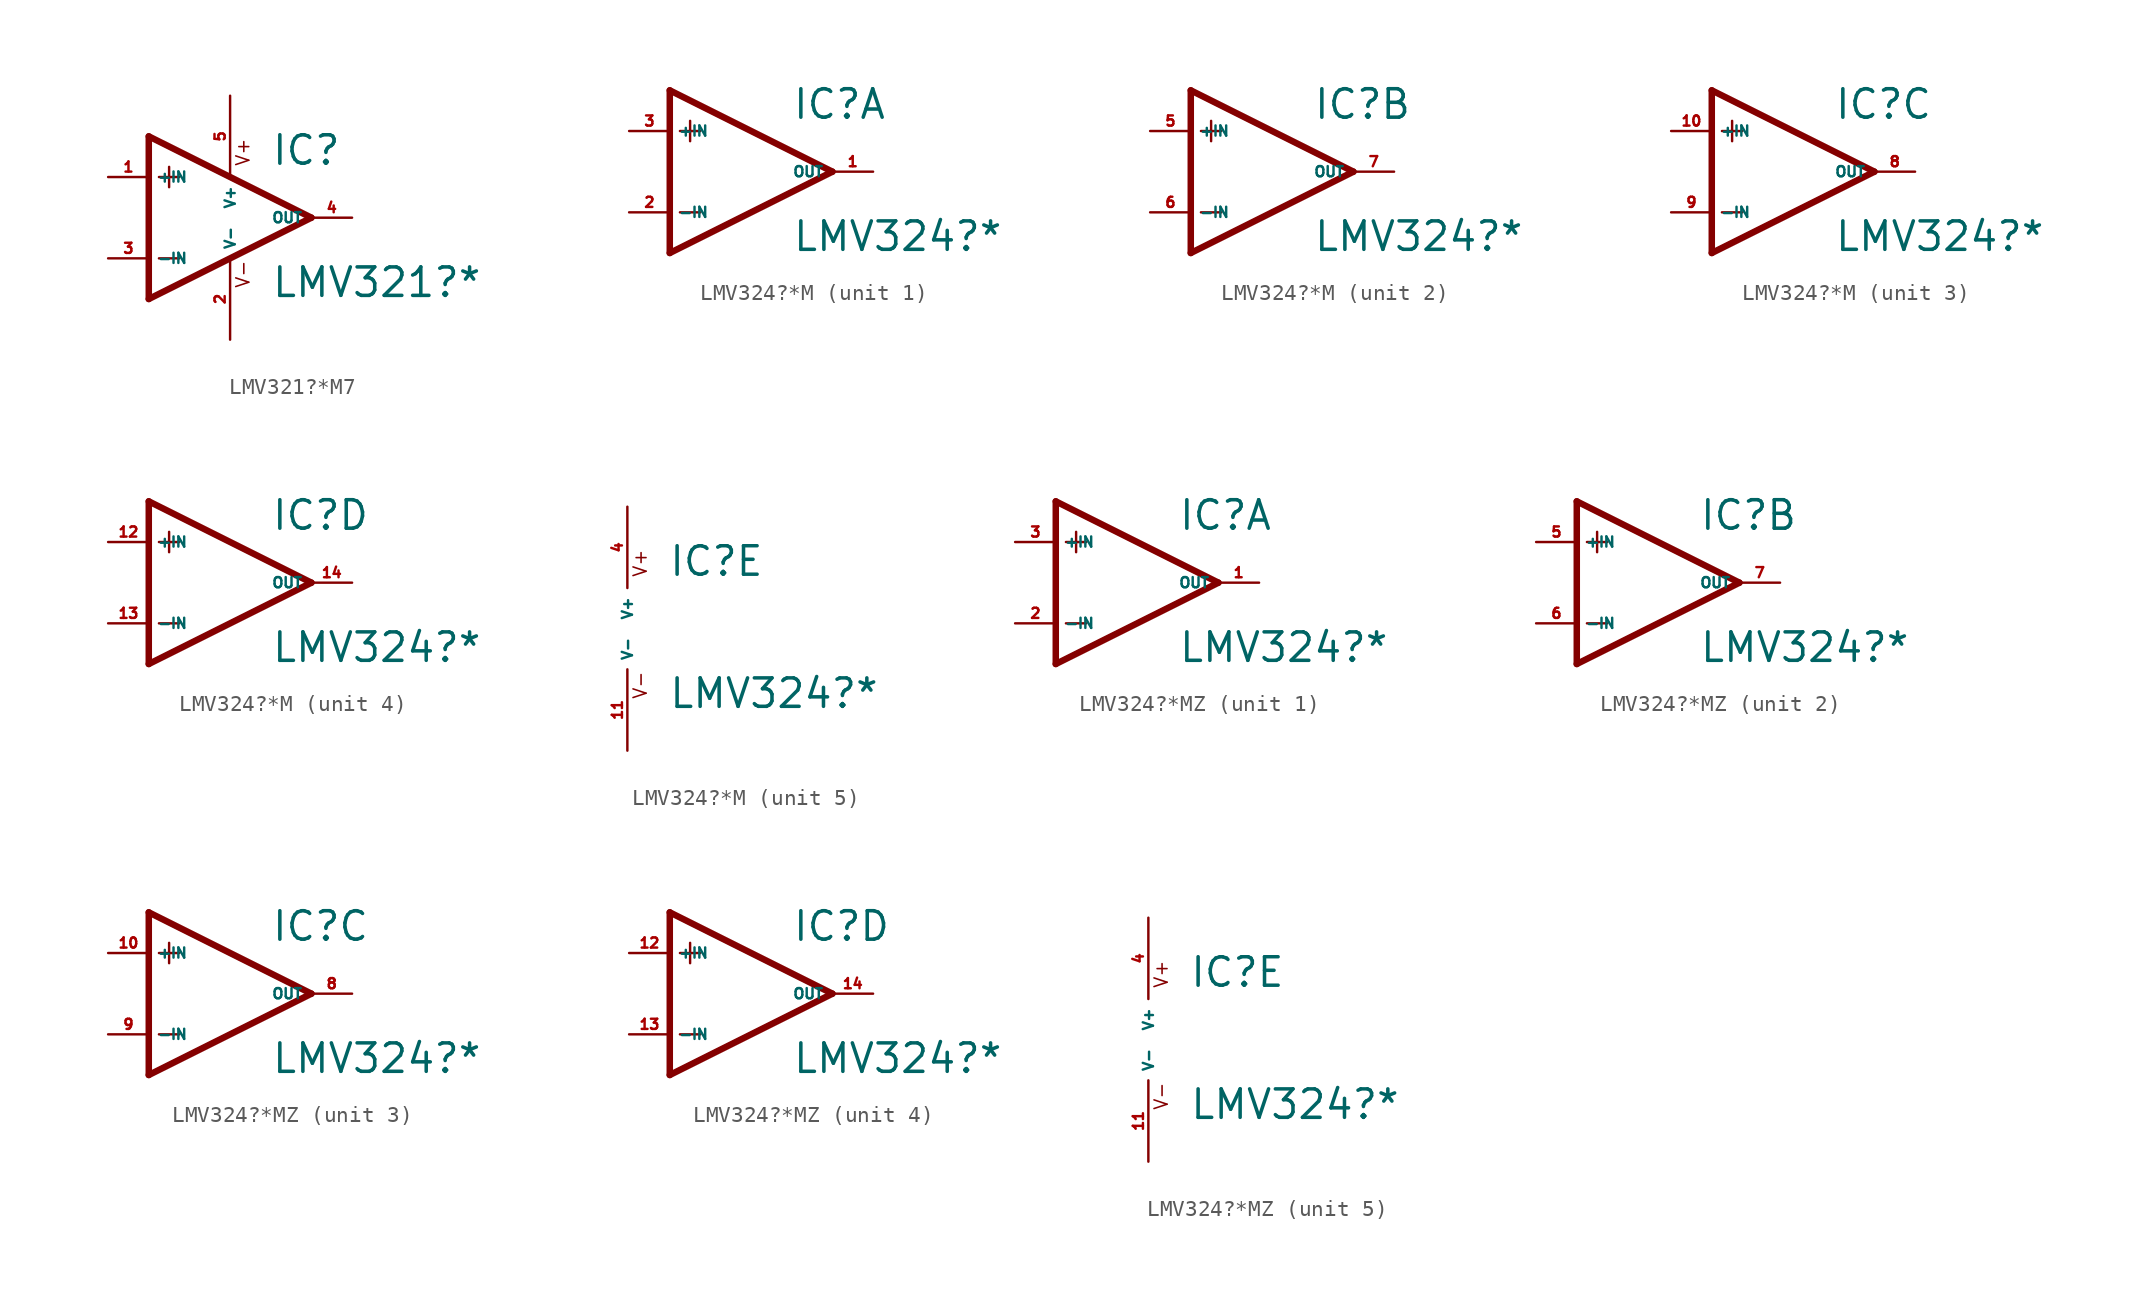
<source format=kicad_sym>
(kicad_symbol_lib
  (version 20220914)
  (generator Eagle2Kicad)
  (symbol "LMV321?*M7"
    (property "Reference" "IC"
      (at 2.54 3.175 0)
      (effects (font (size 1.778 1.778) (thickness 0.22)) (justify left bottom)))
    (property "Value" "LMV321?*"
      (at 2.54 -5.08 0)
      (effects (font (size 1.778 1.778) (thickness 0.22)) (justify left bottom)))
    (polyline
      (pts (xy -5.08 5.08) (xy -5.08 -5.08))
      (stroke (width 0.406) (type default))
      (fill (type none)))
    (polyline
      (pts (xy -5.08 -5.08) (xy 5.08 0))
      (stroke (width 0.406) (type default))
      (fill (type none)))
    (polyline
      (pts (xy 5.08 0) (xy -5.08 5.08))
      (stroke (width 0.406) (type default))
      (fill (type none)))
    (polyline
      (pts (xy -3.81 3.175) (xy -3.81 1.905))
      (stroke (width 0.152) (type default))
      (fill (type none)))
    (polyline
      (pts (xy -4.445 2.54) (xy -3.175 2.54))
      (stroke (width 0.152) (type default))
      (fill (type none)))
    (polyline
      (pts (xy -4.445 -2.54) (xy -3.175 -2.54))
      (stroke (width 0.152) (type default))
      (fill (type none)))
    (text "V+"
      (at 1.27 3.175 900)
      (effects (font (size 0.813 0.813) (thickness 0.10)) (justify left bottom)))
    (text "V-"
      (at 1.27 -4.445 900)
      (effects (font (size 0.813 0.813) (thickness 0.10)) (justify left bottom)))
    (pin input line
      (at -7.62 -2.54 0)
      (length 2.54)
      (name "-IN" (effects (font (size 0.635 0.635) (thickness 0.08)) (justify left bottom)))
      (number "3" (effects (font (size 0.635 0.635) (thickness 0.08)) (justify left bottom))))
    (pin input line
      (at -7.62 2.54 0)
      (length 2.54)
      (name "+IN" (effects (font (size 0.635 0.635) (thickness 0.08)) (justify left bottom)))
      (number "1" (effects (font (size 0.635 0.635) (thickness 0.08)) (justify left bottom))))
    (pin output line
      (at 7.62 0 180)
      (length 2.54)
      (name "OUT" (effects (font (size 0.635 0.635) (thickness 0.08)) (justify left bottom)))
      (number "4" (effects (font (size 0.635 0.635) (thickness 0.08)) (justify left bottom))))
    (pin unspecified line
      (at 0 7.62 270)
      (length 5.08)
      (name "V+" (effects (font (size 0.635 0.635) (thickness 0.08)) (justify left bottom)))
      (number "5" (effects (font (size 0.635 0.635) (thickness 0.08)) (justify left bottom))))
    (pin unspecified line
      (at 0 -7.62 90)
      (length 5.08)
      (name "V-" (effects (font (size 0.635 0.635) (thickness 0.08)) (justify left bottom)))
      (number "2" (effects (font (size 0.635 0.635) (thickness 0.08)) (justify left bottom)))))
  (symbol "LMV324?*M"
    (property "Reference" "IC"
      (at 2.54 3.175 0)
      (effects (font (size 1.778 1.778) (thickness 0.22)) (justify left bottom)))
    (property "Value" "LMV324?*"
      (at 2.54 -5.08 0)
      (effects (font (size 1.778 1.778) (thickness 0.22)) (justify left bottom)))
    (symbol "LMV324?*M_1_0"
      (polyline (pts (xy -5.08 5.08) (xy -5.08 -5.08)) (stroke (width 0.406) (type default)) (fill (type none)))
      (polyline (pts (xy -5.08 -5.08) (xy 5.08 0)) (stroke (width 0.406) (type default)) (fill (type none)))
      (polyline (pts (xy 5.08 0) (xy -5.08 5.08)) (stroke (width 0.406) (type default)) (fill (type none)))
      (polyline (pts (xy -3.81 3.175) (xy -3.81 1.905)) (stroke (width 0.152) (type default)) (fill (type none)))
      (polyline (pts (xy -4.445 2.54) (xy -3.175 2.54)) (stroke (width 0.152) (type default)) (fill (type none)))
      (polyline (pts (xy -4.445 -2.54) (xy -3.175 -2.54)) (stroke (width 0.152) (type default)) (fill (type none)))
      (pin input line (at -7.62 -2.54 0) (length 2.54) (name "-IN" (effects (font (size 0.635 0.635) (thickness 0.08)) (justify left bottom))) (number "2" (effects (font (size 0.635 0.635) (thickness 0.08)) (justify left bottom))))
      (pin input line (at -7.62 2.54 0) (length 2.54) (name "+IN" (effects (font (size 0.635 0.635) (thickness 0.08)) (justify left bottom))) (number "3" (effects (font (size 0.635 0.635) (thickness 0.08)) (justify left bottom))))
      (pin output line (at 7.62 0 180) (length 2.54) (name "OUT" (effects (font (size 0.635 0.635) (thickness 0.08)) (justify left bottom))) (number "1" (effects (font (size 0.635 0.635) (thickness 0.08)) (justify left bottom)))))
    (symbol "LMV324?*M_2_0"
      (polyline (pts (xy -5.08 5.08) (xy -5.08 -5.08)) (stroke (width 0.406) (type default)) (fill (type none)))
      (polyline (pts (xy -5.08 -5.08) (xy 5.08 0)) (stroke (width 0.406) (type default)) (fill (type none)))
      (polyline (pts (xy 5.08 0) (xy -5.08 5.08)) (stroke (width 0.406) (type default)) (fill (type none)))
      (polyline (pts (xy -3.81 3.175) (xy -3.81 1.905)) (stroke (width 0.152) (type default)) (fill (type none)))
      (polyline (pts (xy -4.445 2.54) (xy -3.175 2.54)) (stroke (width 0.152) (type default)) (fill (type none)))
      (polyline (pts (xy -4.445 -2.54) (xy -3.175 -2.54)) (stroke (width 0.152) (type default)) (fill (type none)))
      (pin input line (at -7.62 -2.54 0) (length 2.54) (name "-IN" (effects (font (size 0.635 0.635) (thickness 0.08)) (justify left bottom))) (number "6" (effects (font (size 0.635 0.635) (thickness 0.08)) (justify left bottom))))
      (pin input line (at -7.62 2.54 0) (length 2.54) (name "+IN" (effects (font (size 0.635 0.635) (thickness 0.08)) (justify left bottom))) (number "5" (effects (font (size 0.635 0.635) (thickness 0.08)) (justify left bottom))))
      (pin output line (at 7.62 0 180) (length 2.54) (name "OUT" (effects (font (size 0.635 0.635) (thickness 0.08)) (justify left bottom))) (number "7" (effects (font (size 0.635 0.635) (thickness 0.08)) (justify left bottom)))))
    (symbol "LMV324?*M_3_0"
      (polyline (pts (xy -5.08 5.08) (xy -5.08 -5.08)) (stroke (width 0.406) (type default)) (fill (type none)))
      (polyline (pts (xy -5.08 -5.08) (xy 5.08 0)) (stroke (width 0.406) (type default)) (fill (type none)))
      (polyline (pts (xy 5.08 0) (xy -5.08 5.08)) (stroke (width 0.406) (type default)) (fill (type none)))
      (polyline (pts (xy -3.81 3.175) (xy -3.81 1.905)) (stroke (width 0.152) (type default)) (fill (type none)))
      (polyline (pts (xy -4.445 2.54) (xy -3.175 2.54)) (stroke (width 0.152) (type default)) (fill (type none)))
      (polyline (pts (xy -4.445 -2.54) (xy -3.175 -2.54)) (stroke (width 0.152) (type default)) (fill (type none)))
      (pin input line (at -7.62 -2.54 0) (length 2.54) (name "-IN" (effects (font (size 0.635 0.635) (thickness 0.08)) (justify left bottom))) (number "9" (effects (font (size 0.635 0.635) (thickness 0.08)) (justify left bottom))))
      (pin input line (at -7.62 2.54 0) (length 2.54) (name "+IN" (effects (font (size 0.635 0.635) (thickness 0.08)) (justify left bottom))) (number "10" (effects (font (size 0.635 0.635) (thickness 0.08)) (justify left bottom))))
      (pin output line (at 7.62 0 180) (length 2.54) (name "OUT" (effects (font (size 0.635 0.635) (thickness 0.08)) (justify left bottom))) (number "8" (effects (font (size 0.635 0.635) (thickness 0.08)) (justify left bottom)))))
    (symbol "LMV324?*M_4_0"
      (polyline (pts (xy -5.08 5.08) (xy -5.08 -5.08)) (stroke (width 0.406) (type default)) (fill (type none)))
      (polyline (pts (xy -5.08 -5.08) (xy 5.08 0)) (stroke (width 0.406) (type default)) (fill (type none)))
      (polyline (pts (xy 5.08 0) (xy -5.08 5.08)) (stroke (width 0.406) (type default)) (fill (type none)))
      (polyline (pts (xy -3.81 3.175) (xy -3.81 1.905)) (stroke (width 0.152) (type default)) (fill (type none)))
      (polyline (pts (xy -4.445 2.54) (xy -3.175 2.54)) (stroke (width 0.152) (type default)) (fill (type none)))
      (polyline (pts (xy -4.445 -2.54) (xy -3.175 -2.54)) (stroke (width 0.152) (type default)) (fill (type none)))
      (pin input line (at -7.62 -2.54 0) (length 2.54) (name "-IN" (effects (font (size 0.635 0.635) (thickness 0.08)) (justify left bottom))) (number "13" (effects (font (size 0.635 0.635) (thickness 0.08)) (justify left bottom))))
      (pin input line (at -7.62 2.54 0) (length 2.54) (name "+IN" (effects (font (size 0.635 0.635) (thickness 0.08)) (justify left bottom))) (number "12" (effects (font (size 0.635 0.635) (thickness 0.08)) (justify left bottom))))
      (pin output line (at 7.62 0 180) (length 2.54) (name "OUT" (effects (font (size 0.635 0.635) (thickness 0.08)) (justify left bottom))) (number "14" (effects (font (size 0.635 0.635) (thickness 0.08)) (justify left bottom)))))
    (symbol "LMV324?*M_5_0"
      (text "V+" (at 1.27 3.175 900) (effects (font (size 0.813 0.813) (thickness 0.10)) (justify left bottom)))
      (text "V-" (at 1.27 -4.445 900) (effects (font (size 0.813 0.813) (thickness 0.10)) (justify left bottom)))
      (pin unspecified line (at 0 7.62 270) (length 5.08) (name "V+" (effects (font (size 0.635 0.635) (thickness 0.08)) (justify left bottom))) (number "4" (effects (font (size 0.635 0.635) (thickness 0.08)) (justify left bottom))))
      (pin unspecified line (at 0 -7.62 90) (length 5.08) (name "V-" (effects (font (size 0.635 0.635) (thickness 0.08)) (justify left bottom))) (number "11" (effects (font (size 0.635 0.635) (thickness 0.08)) (justify left bottom))))))
  (symbol "LMV324?*MZ"
    (property "Reference" "IC"
      (at 2.54 3.175 0)
      (effects (font (size 1.778 1.778) (thickness 0.22)) (justify left bottom)))
    (property "Value" "LMV324?*"
      (at 2.54 -5.08 0)
      (effects (font (size 1.778 1.778) (thickness 0.22)) (justify left bottom)))
    (symbol "LMV324?*MZ_1_0"
      (polyline (pts (xy -5.08 5.08) (xy -5.08 -5.08)) (stroke (width 0.406) (type default)) (fill (type none)))
      (polyline (pts (xy -5.08 -5.08) (xy 5.08 0)) (stroke (width 0.406) (type default)) (fill (type none)))
      (polyline (pts (xy 5.08 0) (xy -5.08 5.08)) (stroke (width 0.406) (type default)) (fill (type none)))
      (polyline (pts (xy -3.81 3.175) (xy -3.81 1.905)) (stroke (width 0.152) (type default)) (fill (type none)))
      (polyline (pts (xy -4.445 2.54) (xy -3.175 2.54)) (stroke (width 0.152) (type default)) (fill (type none)))
      (polyline (pts (xy -4.445 -2.54) (xy -3.175 -2.54)) (stroke (width 0.152) (type default)) (fill (type none)))
      (pin input line (at -7.62 -2.54 0) (length 2.54) (name "-IN" (effects (font (size 0.635 0.635) (thickness 0.08)) (justify left bottom))) (number "2" (effects (font (size 0.635 0.635) (thickness 0.08)) (justify left bottom))))
      (pin input line (at -7.62 2.54 0) (length 2.54) (name "+IN" (effects (font (size 0.635 0.635) (thickness 0.08)) (justify left bottom))) (number "3" (effects (font (size 0.635 0.635) (thickness 0.08)) (justify left bottom))))
      (pin output line (at 7.62 0 180) (length 2.54) (name "OUT" (effects (font (size 0.635 0.635) (thickness 0.08)) (justify left bottom))) (number "1" (effects (font (size 0.635 0.635) (thickness 0.08)) (justify left bottom)))))
    (symbol "LMV324?*MZ_2_0"
      (polyline (pts (xy -5.08 5.08) (xy -5.08 -5.08)) (stroke (width 0.406) (type default)) (fill (type none)))
      (polyline (pts (xy -5.08 -5.08) (xy 5.08 0)) (stroke (width 0.406) (type default)) (fill (type none)))
      (polyline (pts (xy 5.08 0) (xy -5.08 5.08)) (stroke (width 0.406) (type default)) (fill (type none)))
      (polyline (pts (xy -3.81 3.175) (xy -3.81 1.905)) (stroke (width 0.152) (type default)) (fill (type none)))
      (polyline (pts (xy -4.445 2.54) (xy -3.175 2.54)) (stroke (width 0.152) (type default)) (fill (type none)))
      (polyline (pts (xy -4.445 -2.54) (xy -3.175 -2.54)) (stroke (width 0.152) (type default)) (fill (type none)))
      (pin input line (at -7.62 -2.54 0) (length 2.54) (name "-IN" (effects (font (size 0.635 0.635) (thickness 0.08)) (justify left bottom))) (number "6" (effects (font (size 0.635 0.635) (thickness 0.08)) (justify left bottom))))
      (pin input line (at -7.62 2.54 0) (length 2.54) (name "+IN" (effects (font (size 0.635 0.635) (thickness 0.08)) (justify left bottom))) (number "5" (effects (font (size 0.635 0.635) (thickness 0.08)) (justify left bottom))))
      (pin output line (at 7.62 0 180) (length 2.54) (name "OUT" (effects (font (size 0.635 0.635) (thickness 0.08)) (justify left bottom))) (number "7" (effects (font (size 0.635 0.635) (thickness 0.08)) (justify left bottom)))))
    (symbol "LMV324?*MZ_3_0"
      (polyline (pts (xy -5.08 5.08) (xy -5.08 -5.08)) (stroke (width 0.406) (type default)) (fill (type none)))
      (polyline (pts (xy -5.08 -5.08) (xy 5.08 0)) (stroke (width 0.406) (type default)) (fill (type none)))
      (polyline (pts (xy 5.08 0) (xy -5.08 5.08)) (stroke (width 0.406) (type default)) (fill (type none)))
      (polyline (pts (xy -3.81 3.175) (xy -3.81 1.905)) (stroke (width 0.152) (type default)) (fill (type none)))
      (polyline (pts (xy -4.445 2.54) (xy -3.175 2.54)) (stroke (width 0.152) (type default)) (fill (type none)))
      (polyline (pts (xy -4.445 -2.54) (xy -3.175 -2.54)) (stroke (width 0.152) (type default)) (fill (type none)))
      (pin input line (at -7.62 -2.54 0) (length 2.54) (name "-IN" (effects (font (size 0.635 0.635) (thickness 0.08)) (justify left bottom))) (number "9" (effects (font (size 0.635 0.635) (thickness 0.08)) (justify left bottom))))
      (pin input line (at -7.62 2.54 0) (length 2.54) (name "+IN" (effects (font (size 0.635 0.635) (thickness 0.08)) (justify left bottom))) (number "10" (effects (font (size 0.635 0.635) (thickness 0.08)) (justify left bottom))))
      (pin output line (at 7.62 0 180) (length 2.54) (name "OUT" (effects (font (size 0.635 0.635) (thickness 0.08)) (justify left bottom))) (number "8" (effects (font (size 0.635 0.635) (thickness 0.08)) (justify left bottom)))))
    (symbol "LMV324?*MZ_4_0"
      (polyline (pts (xy -5.08 5.08) (xy -5.08 -5.08)) (stroke (width 0.406) (type default)) (fill (type none)))
      (polyline (pts (xy -5.08 -5.08) (xy 5.08 0)) (stroke (width 0.406) (type default)) (fill (type none)))
      (polyline (pts (xy 5.08 0) (xy -5.08 5.08)) (stroke (width 0.406) (type default)) (fill (type none)))
      (polyline (pts (xy -3.81 3.175) (xy -3.81 1.905)) (stroke (width 0.152) (type default)) (fill (type none)))
      (polyline (pts (xy -4.445 2.54) (xy -3.175 2.54)) (stroke (width 0.152) (type default)) (fill (type none)))
      (polyline (pts (xy -4.445 -2.54) (xy -3.175 -2.54)) (stroke (width 0.152) (type default)) (fill (type none)))
      (pin input line (at -7.62 -2.54 0) (length 2.54) (name "-IN" (effects (font (size 0.635 0.635) (thickness 0.08)) (justify left bottom))) (number "13" (effects (font (size 0.635 0.635) (thickness 0.08)) (justify left bottom))))
      (pin input line (at -7.62 2.54 0) (length 2.54) (name "+IN" (effects (font (size 0.635 0.635) (thickness 0.08)) (justify left bottom))) (number "12" (effects (font (size 0.635 0.635) (thickness 0.08)) (justify left bottom))))
      (pin output line (at 7.62 0 180) (length 2.54) (name "OUT" (effects (font (size 0.635 0.635) (thickness 0.08)) (justify left bottom))) (number "14" (effects (font (size 0.635 0.635) (thickness 0.08)) (justify left bottom)))))
    (symbol "LMV324?*MZ_5_0"
      (text "V+" (at 1.27 3.175 900) (effects (font (size 0.813 0.813) (thickness 0.10)) (justify left bottom)))
      (text "V-" (at 1.27 -4.445 900) (effects (font (size 0.813 0.813) (thickness 0.10)) (justify left bottom)))
      (pin unspecified line (at 0 7.62 270) (length 5.08) (name "V+" (effects (font (size 0.635 0.635) (thickness 0.08)) (justify left bottom))) (number "4" (effects (font (size 0.635 0.635) (thickness 0.08)) (justify left bottom))))
      (pin unspecified line (at 0 -7.62 90) (length 5.08) (name "V-" (effects (font (size 0.635 0.635) (thickness 0.08)) (justify left bottom))) (number "11" (effects (font (size 0.635 0.635) (thickness 0.08)) (justify left bottom)))))))
</source>
